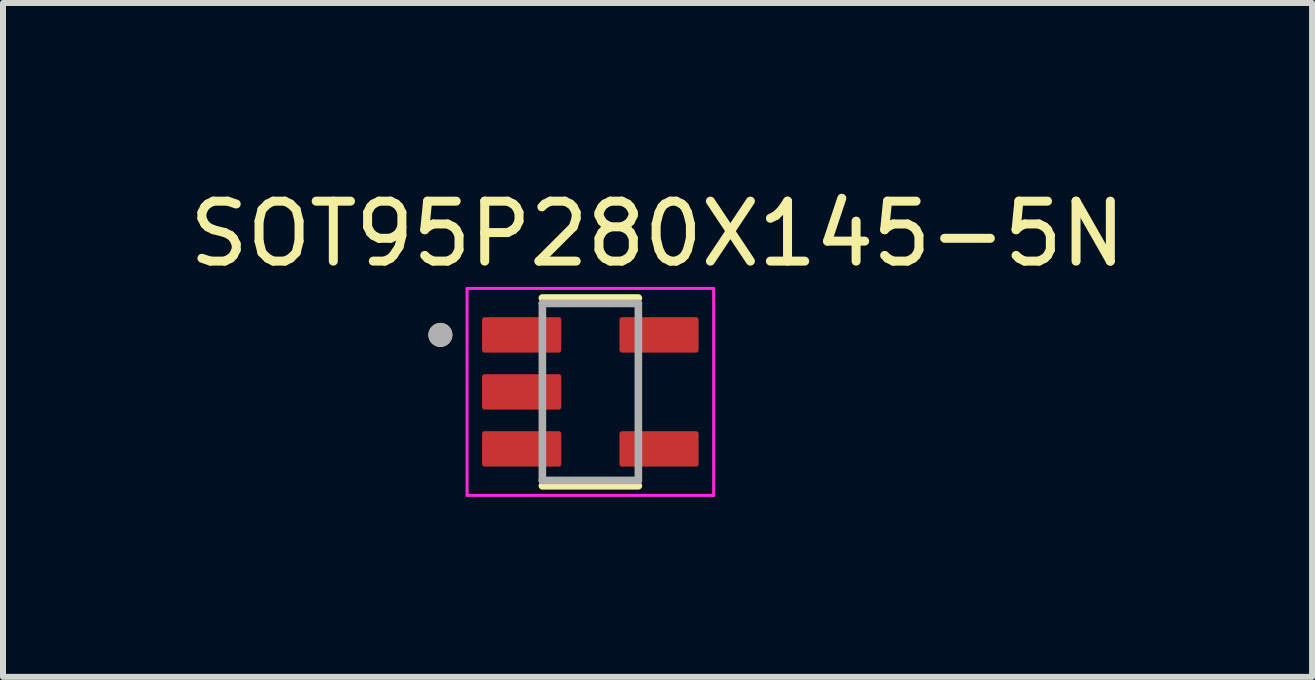
<source format=kicad_pcb>
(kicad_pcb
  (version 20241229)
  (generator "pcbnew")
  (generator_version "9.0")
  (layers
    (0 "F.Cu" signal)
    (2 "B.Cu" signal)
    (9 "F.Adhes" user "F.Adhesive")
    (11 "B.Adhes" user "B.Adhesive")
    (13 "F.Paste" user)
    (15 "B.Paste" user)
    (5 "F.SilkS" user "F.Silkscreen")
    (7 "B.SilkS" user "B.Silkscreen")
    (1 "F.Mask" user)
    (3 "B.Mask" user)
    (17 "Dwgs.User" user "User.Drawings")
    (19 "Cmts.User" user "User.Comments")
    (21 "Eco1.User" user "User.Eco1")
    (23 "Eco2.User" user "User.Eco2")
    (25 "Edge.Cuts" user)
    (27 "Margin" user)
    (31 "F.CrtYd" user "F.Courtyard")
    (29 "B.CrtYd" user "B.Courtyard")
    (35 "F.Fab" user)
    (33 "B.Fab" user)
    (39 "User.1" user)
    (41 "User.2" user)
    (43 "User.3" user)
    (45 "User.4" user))
  (footprint "SOT95P280X145-5N"
    (layer "F.Cu")
    (at 6.791 3.483)
    (property "Reference" "SOT95P280X145-5N" (at 1.12 -2.635 0) (layer "F.SilkS") (effects (font (size 1 1) (thickness 0.15))))
    (attr smd)
    (fp_line (start -0.8 -1.565) (end 0.8 -1.565) (stroke (width 0.127) (type solid)) (layer "F.SilkS"))
    (fp_line (start 0.8 1.565) (end -0.8 1.565) (stroke (width 0.127) (type solid)) (layer "F.SilkS"))
    (fp_circle (center -2.5 -0.95) (end -2.4 -0.95) (stroke (width 0.2) (type solid)) (fill no) (layer "F.SilkS"))
    (fp_line (start -2.055 -1.725) (end 2.055 -1.725) (stroke (width 0.05) (type solid)) (layer "F.CrtYd"))
    (fp_line (start -2.055 1.725) (end -2.055 -1.725) (stroke (width 0.05) (type solid)) (layer "F.CrtYd"))
    (fp_line (start 2.055 -1.725) (end 2.055 1.725) (stroke (width 0.05) (type solid)) (layer "F.CrtYd"))
    (fp_line (start 2.055 1.725) (end -2.055 1.725) (stroke (width 0.05) (type solid)) (layer "F.CrtYd"))
    (fp_line (start -0.8 -1.475) (end 0.8 -1.475) (stroke (width 0.127) (type solid)) (layer "F.Fab"))
    (fp_line (start -0.8 1.475) (end -0.8 -1.475) (stroke (width 0.127) (type solid)) (layer "F.Fab"))
    (fp_line (start 0.8 -1.475) (end 0.8 1.475) (stroke (width 0.127) (type solid)) (layer "F.Fab"))
    (fp_line (start 0.8 1.475) (end -0.8 1.475) (stroke (width 0.127) (type solid)) (layer "F.Fab"))
    (fp_circle (center -2.5 -0.95) (end -2.4 -0.95) (stroke (width 0.2) (type solid)) (fill no) (layer "F.Fab"))
    (pad "1" smd roundrect (at -1.145 -0.95) (size 1.32 0.59) (layers "F.Cu" "F.Mask" "F.Paste") (roundrect_rratio 0.07))
    (pad "2" smd roundrect (at -1.145 0) (size 1.32 0.59) (layers "F.Cu" "F.Mask" "F.Paste") (roundrect_rratio 0.07))
    (pad "3" smd roundrect (at -1.145 0.95) (size 1.32 0.59) (layers "F.Cu" "F.Mask" "F.Paste") (roundrect_rratio 0.07))
    (pad "4" smd roundrect (at 1.145 0.95) (size 1.32 0.59) (layers "F.Cu" "F.Mask" "F.Paste") (roundrect_rratio 0.07))
    (pad "5" smd roundrect (at 1.145 -0.95) (size 1.32 0.59) (layers "F.Cu" "F.Mask" "F.Paste") (roundrect_rratio 0.07)))
  (gr_rect
    (start -3 -3)
    (end 18.821 8.233)
    (stroke (width 0.1) (type default))
    (fill no)
    (layer "Edge.Cuts")))
</source>
